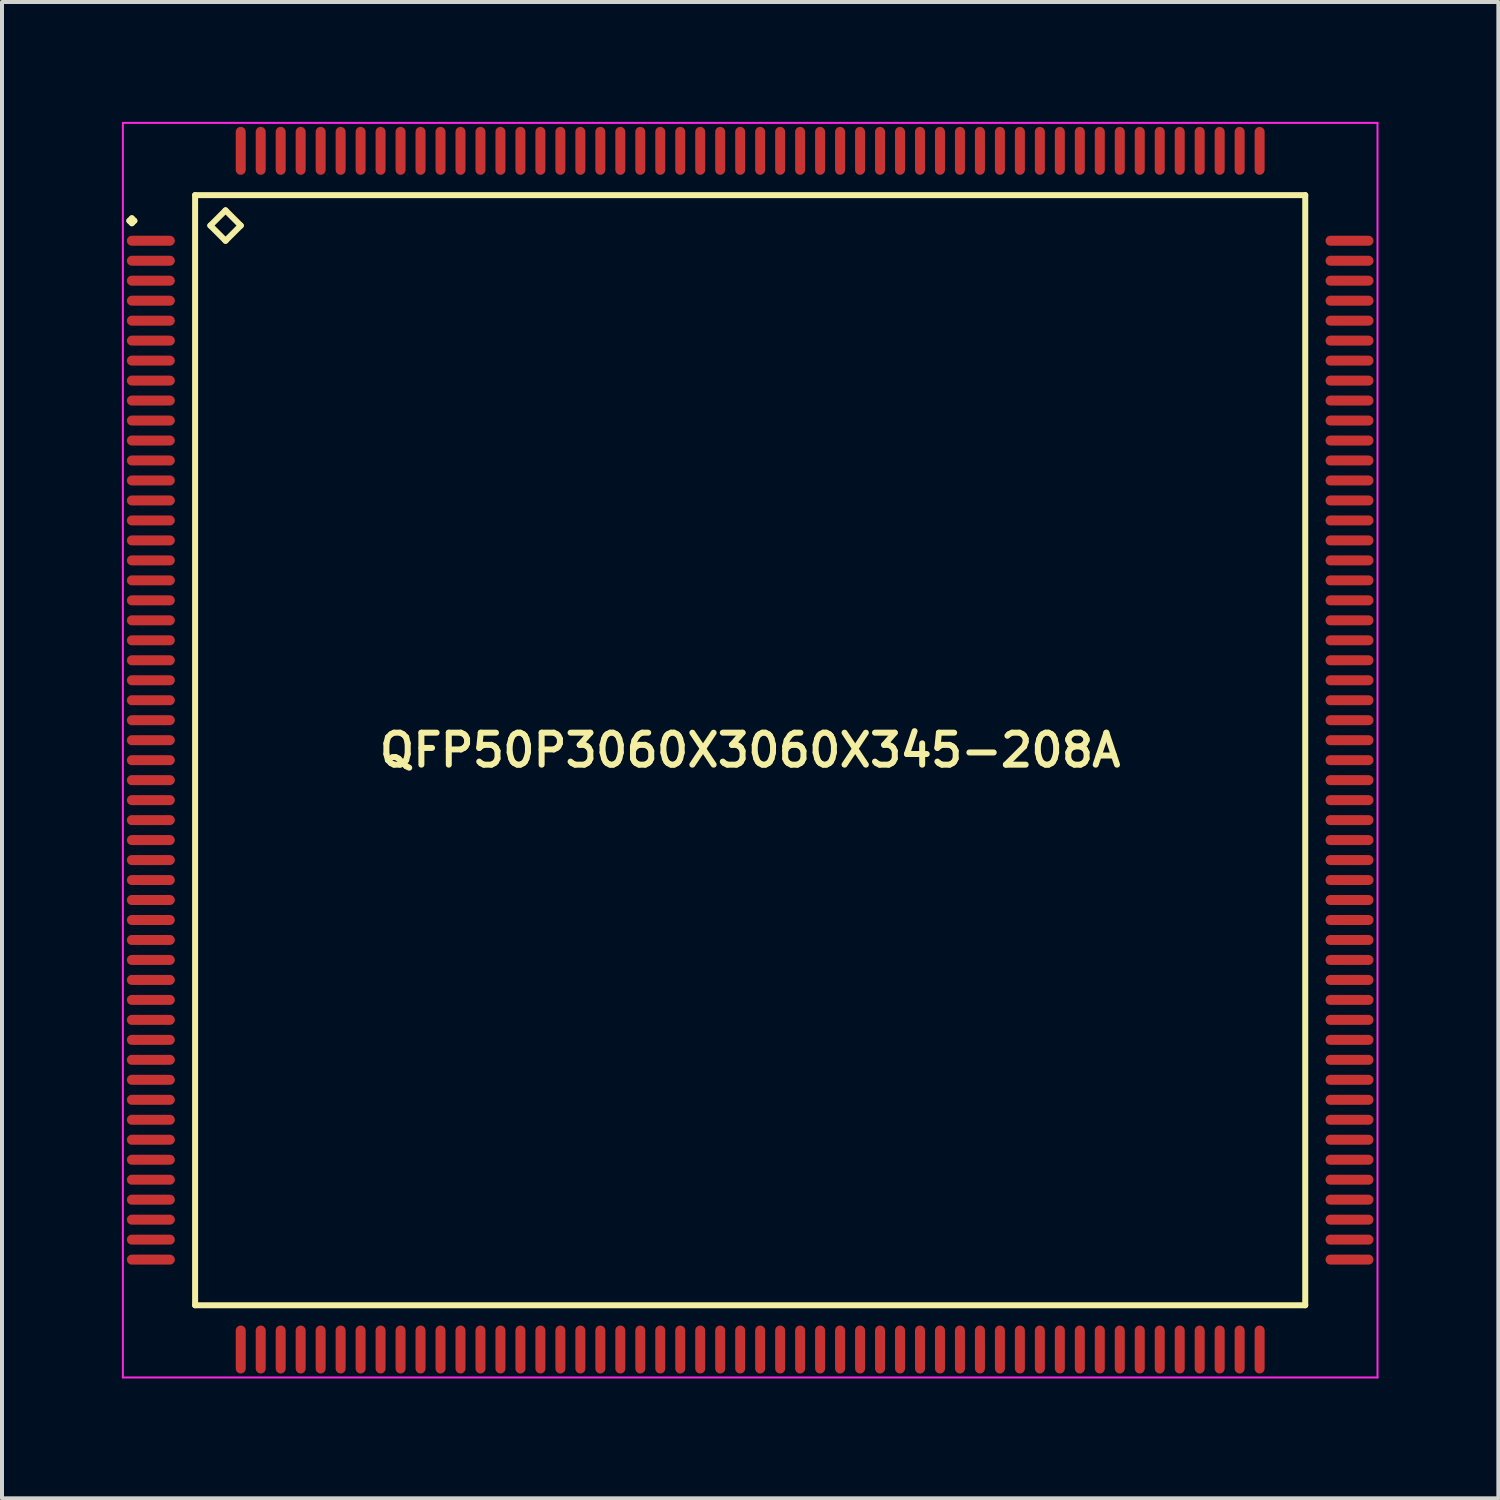
<source format=kicad_pcb>
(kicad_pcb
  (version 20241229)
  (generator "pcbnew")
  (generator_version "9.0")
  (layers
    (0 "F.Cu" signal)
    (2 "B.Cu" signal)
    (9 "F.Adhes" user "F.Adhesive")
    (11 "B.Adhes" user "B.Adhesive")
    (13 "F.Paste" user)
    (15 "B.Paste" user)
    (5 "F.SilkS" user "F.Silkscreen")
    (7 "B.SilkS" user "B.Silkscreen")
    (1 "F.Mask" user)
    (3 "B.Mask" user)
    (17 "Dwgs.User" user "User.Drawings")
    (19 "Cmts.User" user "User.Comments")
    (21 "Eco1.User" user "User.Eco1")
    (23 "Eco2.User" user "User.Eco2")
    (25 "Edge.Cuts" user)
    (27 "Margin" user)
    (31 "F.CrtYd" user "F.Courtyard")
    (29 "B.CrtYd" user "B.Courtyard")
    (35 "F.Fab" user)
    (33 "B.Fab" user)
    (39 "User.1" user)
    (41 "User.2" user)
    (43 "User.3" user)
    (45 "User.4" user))
  (footprint "QFP50P3060X3060X345-208A"
    (layer "F.Cu")
    (at 15.725 15.725)
    (property "Reference" "QFP50P3060X3060X345-208A" (at 0 0 0) (layer "F.SilkS") (effects (font (size 0.8 0.8) (thickness 0.15))))
    (attr smd)
    (fp_line (start -15.537 -13.25) (end -15.475 -13.312) (stroke (width 0.15) (type solid)) (layer "F.SilkS"))
    (fp_line (start -15.475 -13.312) (end -15.412 -13.25) (stroke (width 0.15) (type solid)) (layer "F.SilkS"))
    (fp_line (start -15.475 -13.188) (end -15.537 -13.25) (stroke (width 0.15) (type solid)) (layer "F.SilkS"))
    (fp_line (start -15.412 -13.25) (end -15.475 -13.188) (stroke (width 0.15) (type solid)) (layer "F.SilkS"))
    (fp_line (start -13.892 -13.892) (end -13.892 13.892) (stroke (width 0.15) (type solid)) (layer "F.SilkS"))
    (fp_line (start -13.892 13.892) (end 13.892 13.892) (stroke (width 0.15) (type solid)) (layer "F.SilkS"))
    (fp_line (start -13.511 -13.13) (end -13.13 -13.511) (stroke (width 0.15) (type solid)) (layer "F.SilkS"))
    (fp_line (start -13.13 -13.511) (end -12.749 -13.13) (stroke (width 0.15) (type solid)) (layer "F.SilkS"))
    (fp_line (start -13.13 -12.749) (end -13.511 -13.13) (stroke (width 0.15) (type solid)) (layer "F.SilkS"))
    (fp_line (start -12.749 -13.13) (end -13.13 -12.749) (stroke (width 0.15) (type solid)) (layer "F.SilkS"))
    (fp_line (start 13.892 -13.892) (end -13.892 -13.892) (stroke (width 0.15) (type solid)) (layer "F.SilkS"))
    (fp_line (start 13.892 13.892) (end 13.892 -13.892) (stroke (width 0.15) (type solid)) (layer "F.SilkS"))
    (fp_line (start -15.7 -15.7) (end 15.7 -15.7) (stroke (width 0.05) (type solid)) (layer "F.CrtYd"))
    (fp_line (start -15.7 15.7) (end -15.7 -15.7) (stroke (width 0.05) (type solid)) (layer "F.CrtYd"))
    (fp_line (start 15.7 -15.7) (end 15.7 15.7) (stroke (width 0.05) (type solid)) (layer "F.CrtYd"))
    (fp_line (start 15.7 15.7) (end -15.7 15.7) (stroke (width 0.05) (type solid)) (layer "F.CrtYd"))
    (pad "1" smd oval (at -15 -12.75) (size 1.2 0.25) (layers "F.Cu" "F.Mask" "F.Paste"))
    (pad "2" smd oval (at -15 -12.25) (size 1.2 0.25) (layers "F.Cu" "F.Mask" "F.Paste"))
    (pad "3" smd oval (at -15 -11.75) (size 1.2 0.25) (layers "F.Cu" "F.Mask" "F.Paste"))
    (pad "4" smd oval (at -15 -11.25) (size 1.2 0.25) (layers "F.Cu" "F.Mask" "F.Paste"))
    (pad "5" smd oval (at -15 -10.75) (size 1.2 0.25) (layers "F.Cu" "F.Mask" "F.Paste"))
    (pad "6" smd oval (at -15 -10.25) (size 1.2 0.25) (layers "F.Cu" "F.Mask" "F.Paste"))
    (pad "7" smd oval (at -15 -9.75) (size 1.2 0.25) (layers "F.Cu" "F.Mask" "F.Paste"))
    (pad "8" smd oval (at -15 -9.25) (size 1.2 0.25) (layers "F.Cu" "F.Mask" "F.Paste"))
    (pad "9" smd oval (at -15 -8.75) (size 1.2 0.25) (layers "F.Cu" "F.Mask" "F.Paste"))
    (pad "10" smd oval (at -15 -8.25) (size 1.2 0.25) (layers "F.Cu" "F.Mask" "F.Paste"))
    (pad "11" smd oval (at -15 -7.75) (size 1.2 0.25) (layers "F.Cu" "F.Mask" "F.Paste"))
    (pad "12" smd oval (at -15 -7.25) (size 1.2 0.25) (layers "F.Cu" "F.Mask" "F.Paste"))
    (pad "13" smd oval (at -15 -6.75) (size 1.2 0.25) (layers "F.Cu" "F.Mask" "F.Paste"))
    (pad "14" smd oval (at -15 -6.25) (size 1.2 0.25) (layers "F.Cu" "F.Mask" "F.Paste"))
    (pad "15" smd oval (at -15 -5.75) (size 1.2 0.25) (layers "F.Cu" "F.Mask" "F.Paste"))
    (pad "16" smd oval (at -15 -5.25) (size 1.2 0.25) (layers "F.Cu" "F.Mask" "F.Paste"))
    (pad "17" smd oval (at -15 -4.75) (size 1.2 0.25) (layers "F.Cu" "F.Mask" "F.Paste"))
    (pad "18" smd oval (at -15 -4.25) (size 1.2 0.25) (layers "F.Cu" "F.Mask" "F.Paste"))
    (pad "19" smd oval (at -15 -3.75) (size 1.2 0.25) (layers "F.Cu" "F.Mask" "F.Paste"))
    (pad "20" smd oval (at -15 -3.25) (size 1.2 0.25) (layers "F.Cu" "F.Mask" "F.Paste"))
    (pad "21" smd oval (at -15 -2.75) (size 1.2 0.25) (layers "F.Cu" "F.Mask" "F.Paste"))
    (pad "22" smd oval (at -15 -2.25) (size 1.2 0.25) (layers "F.Cu" "F.Mask" "F.Paste"))
    (pad "23" smd oval (at -15 -1.75) (size 1.2 0.25) (layers "F.Cu" "F.Mask" "F.Paste"))
    (pad "24" smd oval (at -15 -1.25) (size 1.2 0.25) (layers "F.Cu" "F.Mask" "F.Paste"))
    (pad "25" smd oval (at -15 -0.75) (size 1.2 0.25) (layers "F.Cu" "F.Mask" "F.Paste"))
    (pad "26" smd oval (at -15 -0.25) (size 1.2 0.25) (layers "F.Cu" "F.Mask" "F.Paste"))
    (pad "27" smd oval (at -15 0.25) (size 1.2 0.25) (layers "F.Cu" "F.Mask" "F.Paste"))
    (pad "28" smd oval (at -15 0.75) (size 1.2 0.25) (layers "F.Cu" "F.Mask" "F.Paste"))
    (pad "29" smd oval (at -15 1.25) (size 1.2 0.25) (layers "F.Cu" "F.Mask" "F.Paste"))
    (pad "30" smd oval (at -15 1.75) (size 1.2 0.25) (layers "F.Cu" "F.Mask" "F.Paste"))
    (pad "31" smd oval (at -15 2.25) (size 1.2 0.25) (layers "F.Cu" "F.Mask" "F.Paste"))
    (pad "32" smd oval (at -15 2.75) (size 1.2 0.25) (layers "F.Cu" "F.Mask" "F.Paste"))
    (pad "33" smd oval (at -15 3.25) (size 1.2 0.25) (layers "F.Cu" "F.Mask" "F.Paste"))
    (pad "34" smd oval (at -15 3.75) (size 1.2 0.25) (layers "F.Cu" "F.Mask" "F.Paste"))
    (pad "35" smd oval (at -15 4.25) (size 1.2 0.25) (layers "F.Cu" "F.Mask" "F.Paste"))
    (pad "36" smd oval (at -15 4.75) (size 1.2 0.25) (layers "F.Cu" "F.Mask" "F.Paste"))
    (pad "37" smd oval (at -15 5.25) (size 1.2 0.25) (layers "F.Cu" "F.Mask" "F.Paste"))
    (pad "38" smd oval (at -15 5.75) (size 1.2 0.25) (layers "F.Cu" "F.Mask" "F.Paste"))
    (pad "39" smd oval (at -15 6.25) (size 1.2 0.25) (layers "F.Cu" "F.Mask" "F.Paste"))
    (pad "40" smd oval (at -15 6.75) (size 1.2 0.25) (layers "F.Cu" "F.Mask" "F.Paste"))
    (pad "41" smd oval (at -15 7.25) (size 1.2 0.25) (layers "F.Cu" "F.Mask" "F.Paste"))
    (pad "42" smd oval (at -15 7.75) (size 1.2 0.25) (layers "F.Cu" "F.Mask" "F.Paste"))
    (pad "43" smd oval (at -15 8.25) (size 1.2 0.25) (layers "F.Cu" "F.Mask" "F.Paste"))
    (pad "44" smd oval (at -15 8.75) (size 1.2 0.25) (layers "F.Cu" "F.Mask" "F.Paste"))
    (pad "45" smd oval (at -15 9.25) (size 1.2 0.25) (layers "F.Cu" "F.Mask" "F.Paste"))
    (pad "46" smd oval (at -15 9.75) (size 1.2 0.25) (layers "F.Cu" "F.Mask" "F.Paste"))
    (pad "47" smd oval (at -15 10.25) (size 1.2 0.25) (layers "F.Cu" "F.Mask" "F.Paste"))
    (pad "48" smd oval (at -15 10.75) (size 1.2 0.25) (layers "F.Cu" "F.Mask" "F.Paste"))
    (pad "49" smd oval (at -15 11.25) (size 1.2 0.25) (layers "F.Cu" "F.Mask" "F.Paste"))
    (pad "50" smd oval (at -15 11.75) (size 1.2 0.25) (layers "F.Cu" "F.Mask" "F.Paste"))
    (pad "51" smd oval (at -15 12.25) (size 1.2 0.25) (layers "F.Cu" "F.Mask" "F.Paste"))
    (pad "52" smd oval (at -15 12.75) (size 1.2 0.25) (layers "F.Cu" "F.Mask" "F.Paste"))
    (pad "53" smd oval (at -12.75 15) (size 0.25 1.2) (layers "F.Cu" "F.Mask" "F.Paste"))
    (pad "54" smd oval (at -12.25 15) (size 0.25 1.2) (layers "F.Cu" "F.Mask" "F.Paste"))
    (pad "55" smd oval (at -11.75 15) (size 0.25 1.2) (layers "F.Cu" "F.Mask" "F.Paste"))
    (pad "56" smd oval (at -11.25 15) (size 0.25 1.2) (layers "F.Cu" "F.Mask" "F.Paste"))
    (pad "57" smd oval (at -10.75 15) (size 0.25 1.2) (layers "F.Cu" "F.Mask" "F.Paste"))
    (pad "58" smd oval (at -10.25 15) (size 0.25 1.2) (layers "F.Cu" "F.Mask" "F.Paste"))
    (pad "59" smd oval (at -9.75 15) (size 0.25 1.2) (layers "F.Cu" "F.Mask" "F.Paste"))
    (pad "60" smd oval (at -9.25 15) (size 0.25 1.2) (layers "F.Cu" "F.Mask" "F.Paste"))
    (pad "61" smd oval (at -8.75 15) (size 0.25 1.2) (layers "F.Cu" "F.Mask" "F.Paste"))
    (pad "62" smd oval (at -8.25 15) (size 0.25 1.2) (layers "F.Cu" "F.Mask" "F.Paste"))
    (pad "63" smd oval (at -7.75 15) (size 0.25 1.2) (layers "F.Cu" "F.Mask" "F.Paste"))
    (pad "64" smd oval (at -7.25 15) (size 0.25 1.2) (layers "F.Cu" "F.Mask" "F.Paste"))
    (pad "65" smd oval (at -6.75 15) (size 0.25 1.2) (layers "F.Cu" "F.Mask" "F.Paste"))
    (pad "66" smd oval (at -6.25 15) (size 0.25 1.2) (layers "F.Cu" "F.Mask" "F.Paste"))
    (pad "67" smd oval (at -5.75 15) (size 0.25 1.2) (layers "F.Cu" "F.Mask" "F.Paste"))
    (pad "68" smd oval (at -5.25 15) (size 0.25 1.2) (layers "F.Cu" "F.Mask" "F.Paste"))
    (pad "69" smd oval (at -4.75 15) (size 0.25 1.2) (layers "F.Cu" "F.Mask" "F.Paste"))
    (pad "70" smd oval (at -4.25 15) (size 0.25 1.2) (layers "F.Cu" "F.Mask" "F.Paste"))
    (pad "71" smd oval (at -3.75 15) (size 0.25 1.2) (layers "F.Cu" "F.Mask" "F.Paste"))
    (pad "72" smd oval (at -3.25 15) (size 0.25 1.2) (layers "F.Cu" "F.Mask" "F.Paste"))
    (pad "73" smd oval (at -2.75 15) (size 0.25 1.2) (layers "F.Cu" "F.Mask" "F.Paste"))
    (pad "74" smd oval (at -2.25 15) (size 0.25 1.2) (layers "F.Cu" "F.Mask" "F.Paste"))
    (pad "75" smd oval (at -1.75 15) (size 0.25 1.2) (layers "F.Cu" "F.Mask" "F.Paste"))
    (pad "76" smd oval (at -1.25 15) (size 0.25 1.2) (layers "F.Cu" "F.Mask" "F.Paste"))
    (pad "77" smd oval (at -0.75 15) (size 0.25 1.2) (layers "F.Cu" "F.Mask" "F.Paste"))
    (pad "78" smd oval (at -0.25 15) (size 0.25 1.2) (layers "F.Cu" "F.Mask" "F.Paste"))
    (pad "79" smd oval (at 0.25 15) (size 0.25 1.2) (layers "F.Cu" "F.Mask" "F.Paste"))
    (pad "80" smd oval (at 0.75 15) (size 0.25 1.2) (layers "F.Cu" "F.Mask" "F.Paste"))
    (pad "81" smd oval (at 1.25 15) (size 0.25 1.2) (layers "F.Cu" "F.Mask" "F.Paste"))
    (pad "82" smd oval (at 1.75 15) (size 0.25 1.2) (layers "F.Cu" "F.Mask" "F.Paste"))
    (pad "83" smd oval (at 2.25 15) (size 0.25 1.2) (layers "F.Cu" "F.Mask" "F.Paste"))
    (pad "84" smd oval (at 2.75 15) (size 0.25 1.2) (layers "F.Cu" "F.Mask" "F.Paste"))
    (pad "85" smd oval (at 3.25 15) (size 0.25 1.2) (layers "F.Cu" "F.Mask" "F.Paste"))
    (pad "86" smd oval (at 3.75 15) (size 0.25 1.2) (layers "F.Cu" "F.Mask" "F.Paste"))
    (pad "87" smd oval (at 4.25 15) (size 0.25 1.2) (layers "F.Cu" "F.Mask" "F.Paste"))
    (pad "88" smd oval (at 4.75 15) (size 0.25 1.2) (layers "F.Cu" "F.Mask" "F.Paste"))
    (pad "89" smd oval (at 5.25 15) (size 0.25 1.2) (layers "F.Cu" "F.Mask" "F.Paste"))
    (pad "90" smd oval (at 5.75 15) (size 0.25 1.2) (layers "F.Cu" "F.Mask" "F.Paste"))
    (pad "91" smd oval (at 6.25 15) (size 0.25 1.2) (layers "F.Cu" "F.Mask" "F.Paste"))
    (pad "92" smd oval (at 6.75 15) (size 0.25 1.2) (layers "F.Cu" "F.Mask" "F.Paste"))
    (pad "93" smd oval (at 7.25 15) (size 0.25 1.2) (layers "F.Cu" "F.Mask" "F.Paste"))
    (pad "94" smd oval (at 7.75 15) (size 0.25 1.2) (layers "F.Cu" "F.Mask" "F.Paste"))
    (pad "95" smd oval (at 8.25 15) (size 0.25 1.2) (layers "F.Cu" "F.Mask" "F.Paste"))
    (pad "96" smd oval (at 8.75 15) (size 0.25 1.2) (layers "F.Cu" "F.Mask" "F.Paste"))
    (pad "97" smd oval (at 9.25 15) (size 0.25 1.2) (layers "F.Cu" "F.Mask" "F.Paste"))
    (pad "98" smd oval (at 9.75 15) (size 0.25 1.2) (layers "F.Cu" "F.Mask" "F.Paste"))
    (pad "99" smd oval (at 10.25 15) (size 0.25 1.2) (layers "F.Cu" "F.Mask" "F.Paste"))
    (pad "100" smd oval (at 10.75 15) (size 0.25 1.2) (layers "F.Cu" "F.Mask" "F.Paste"))
    (pad "101" smd oval (at 11.25 15) (size 0.25 1.2) (layers "F.Cu" "F.Mask" "F.Paste"))
    (pad "102" smd oval (at 11.75 15) (size 0.25 1.2) (layers "F.Cu" "F.Mask" "F.Paste"))
    (pad "103" smd oval (at 12.25 15) (size 0.25 1.2) (layers "F.Cu" "F.Mask" "F.Paste"))
    (pad "104" smd oval (at 12.75 15) (size 0.25 1.2) (layers "F.Cu" "F.Mask" "F.Paste"))
    (pad "105" smd oval (at 15 12.75) (size 1.2 0.25) (layers "F.Cu" "F.Mask" "F.Paste"))
    (pad "106" smd oval (at 15 12.25) (size 1.2 0.25) (layers "F.Cu" "F.Mask" "F.Paste"))
    (pad "107" smd oval (at 15 11.75) (size 1.2 0.25) (layers "F.Cu" "F.Mask" "F.Paste"))
    (pad "108" smd oval (at 15 11.25) (size 1.2 0.25) (layers "F.Cu" "F.Mask" "F.Paste"))
    (pad "109" smd oval (at 15 10.75) (size 1.2 0.25) (layers "F.Cu" "F.Mask" "F.Paste"))
    (pad "110" smd oval (at 15 10.25) (size 1.2 0.25) (layers "F.Cu" "F.Mask" "F.Paste"))
    (pad "111" smd oval (at 15 9.75) (size 1.2 0.25) (layers "F.Cu" "F.Mask" "F.Paste"))
    (pad "112" smd oval (at 15 9.25) (size 1.2 0.25) (layers "F.Cu" "F.Mask" "F.Paste"))
    (pad "113" smd oval (at 15 8.75) (size 1.2 0.25) (layers "F.Cu" "F.Mask" "F.Paste"))
    (pad "114" smd oval (at 15 8.25) (size 1.2 0.25) (layers "F.Cu" "F.Mask" "F.Paste"))
    (pad "115" smd oval (at 15 7.75) (size 1.2 0.25) (layers "F.Cu" "F.Mask" "F.Paste"))
    (pad "116" smd oval (at 15 7.25) (size 1.2 0.25) (layers "F.Cu" "F.Mask" "F.Paste"))
    (pad "117" smd oval (at 15 6.75) (size 1.2 0.25) (layers "F.Cu" "F.Mask" "F.Paste"))
    (pad "118" smd oval (at 15 6.25) (size 1.2 0.25) (layers "F.Cu" "F.Mask" "F.Paste"))
    (pad "119" smd oval (at 15 5.75) (size 1.2 0.25) (layers "F.Cu" "F.Mask" "F.Paste"))
    (pad "120" smd oval (at 15 5.25) (size 1.2 0.25) (layers "F.Cu" "F.Mask" "F.Paste"))
    (pad "121" smd oval (at 15 4.75) (size 1.2 0.25) (layers "F.Cu" "F.Mask" "F.Paste"))
    (pad "122" smd oval (at 15 4.25) (size 1.2 0.25) (layers "F.Cu" "F.Mask" "F.Paste"))
    (pad "123" smd oval (at 15 3.75) (size 1.2 0.25) (layers "F.Cu" "F.Mask" "F.Paste"))
    (pad "124" smd oval (at 15 3.25) (size 1.2 0.25) (layers "F.Cu" "F.Mask" "F.Paste"))
    (pad "125" smd oval (at 15 2.75) (size 1.2 0.25) (layers "F.Cu" "F.Mask" "F.Paste"))
    (pad "126" smd oval (at 15 2.25) (size 1.2 0.25) (layers "F.Cu" "F.Mask" "F.Paste"))
    (pad "127" smd oval (at 15 1.75) (size 1.2 0.25) (layers "F.Cu" "F.Mask" "F.Paste"))
    (pad "128" smd oval (at 15 1.25) (size 1.2 0.25) (layers "F.Cu" "F.Mask" "F.Paste"))
    (pad "129" smd oval (at 15 0.75) (size 1.2 0.25) (layers "F.Cu" "F.Mask" "F.Paste"))
    (pad "130" smd oval (at 15 0.25) (size 1.2 0.25) (layers "F.Cu" "F.Mask" "F.Paste"))
    (pad "131" smd oval (at 15 -0.25) (size 1.2 0.25) (layers "F.Cu" "F.Mask" "F.Paste"))
    (pad "132" smd oval (at 15 -0.75) (size 1.2 0.25) (layers "F.Cu" "F.Mask" "F.Paste"))
    (pad "133" smd oval (at 15 -1.25) (size 1.2 0.25) (layers "F.Cu" "F.Mask" "F.Paste"))
    (pad "134" smd oval (at 15 -1.75) (size 1.2 0.25) (layers "F.Cu" "F.Mask" "F.Paste"))
    (pad "135" smd oval (at 15 -2.25) (size 1.2 0.25) (layers "F.Cu" "F.Mask" "F.Paste"))
    (pad "136" smd oval (at 15 -2.75) (size 1.2 0.25) (layers "F.Cu" "F.Mask" "F.Paste"))
    (pad "137" smd oval (at 15 -3.25) (size 1.2 0.25) (layers "F.Cu" "F.Mask" "F.Paste"))
    (pad "138" smd oval (at 15 -3.75) (size 1.2 0.25) (layers "F.Cu" "F.Mask" "F.Paste"))
    (pad "139" smd oval (at 15 -4.25) (size 1.2 0.25) (layers "F.Cu" "F.Mask" "F.Paste"))
    (pad "140" smd oval (at 15 -4.75) (size 1.2 0.25) (layers "F.Cu" "F.Mask" "F.Paste"))
    (pad "141" smd oval (at 15 -5.25) (size 1.2 0.25) (layers "F.Cu" "F.Mask" "F.Paste"))
    (pad "142" smd oval (at 15 -5.75) (size 1.2 0.25) (layers "F.Cu" "F.Mask" "F.Paste"))
    (pad "143" smd oval (at 15 -6.25) (size 1.2 0.25) (layers "F.Cu" "F.Mask" "F.Paste"))
    (pad "144" smd oval (at 15 -6.75) (size 1.2 0.25) (layers "F.Cu" "F.Mask" "F.Paste"))
    (pad "145" smd oval (at 15 -7.25) (size 1.2 0.25) (layers "F.Cu" "F.Mask" "F.Paste"))
    (pad "146" smd oval (at 15 -7.75) (size 1.2 0.25) (layers "F.Cu" "F.Mask" "F.Paste"))
    (pad "147" smd oval (at 15 -8.25) (size 1.2 0.25) (layers "F.Cu" "F.Mask" "F.Paste"))
    (pad "148" smd oval (at 15 -8.75) (size 1.2 0.25) (layers "F.Cu" "F.Mask" "F.Paste"))
    (pad "149" smd oval (at 15 -9.25) (size 1.2 0.25) (layers "F.Cu" "F.Mask" "F.Paste"))
    (pad "150" smd oval (at 15 -9.75) (size 1.2 0.25) (layers "F.Cu" "F.Mask" "F.Paste"))
    (pad "151" smd oval (at 15 -10.25) (size 1.2 0.25) (layers "F.Cu" "F.Mask" "F.Paste"))
    (pad "152" smd oval (at 15 -10.75) (size 1.2 0.25) (layers "F.Cu" "F.Mask" "F.Paste"))
    (pad "153" smd oval (at 15 -11.25) (size 1.2 0.25) (layers "F.Cu" "F.Mask" "F.Paste"))
    (pad "154" smd oval (at 15 -11.75) (size 1.2 0.25) (layers "F.Cu" "F.Mask" "F.Paste"))
    (pad "155" smd oval (at 15 -12.25) (size 1.2 0.25) (layers "F.Cu" "F.Mask" "F.Paste"))
    (pad "156" smd oval (at 15 -12.75) (size 1.2 0.25) (layers "F.Cu" "F.Mask" "F.Paste"))
    (pad "157" smd oval (at 12.75 -15) (size 0.25 1.2) (layers "F.Cu" "F.Mask" "F.Paste"))
    (pad "158" smd oval (at 12.25 -15) (size 0.25 1.2) (layers "F.Cu" "F.Mask" "F.Paste"))
    (pad "159" smd oval (at 11.75 -15) (size 0.25 1.2) (layers "F.Cu" "F.Mask" "F.Paste"))
    (pad "160" smd oval (at 11.25 -15) (size 0.25 1.2) (layers "F.Cu" "F.Mask" "F.Paste"))
    (pad "161" smd oval (at 10.75 -15) (size 0.25 1.2) (layers "F.Cu" "F.Mask" "F.Paste"))
    (pad "162" smd oval (at 10.25 -15) (size 0.25 1.2) (layers "F.Cu" "F.Mask" "F.Paste"))
    (pad "163" smd oval (at 9.75 -15) (size 0.25 1.2) (layers "F.Cu" "F.Mask" "F.Paste"))
    (pad "164" smd oval (at 9.25 -15) (size 0.25 1.2) (layers "F.Cu" "F.Mask" "F.Paste"))
    (pad "165" smd oval (at 8.75 -15) (size 0.25 1.2) (layers "F.Cu" "F.Mask" "F.Paste"))
    (pad "166" smd oval (at 8.25 -15) (size 0.25 1.2) (layers "F.Cu" "F.Mask" "F.Paste"))
    (pad "167" smd oval (at 7.75 -15) (size 0.25 1.2) (layers "F.Cu" "F.Mask" "F.Paste"))
    (pad "168" smd oval (at 7.25 -15) (size 0.25 1.2) (layers "F.Cu" "F.Mask" "F.Paste"))
    (pad "169" smd oval (at 6.75 -15) (size 0.25 1.2) (layers "F.Cu" "F.Mask" "F.Paste"))
    (pad "170" smd oval (at 6.25 -15) (size 0.25 1.2) (layers "F.Cu" "F.Mask" "F.Paste"))
    (pad "171" smd oval (at 5.75 -15) (size 0.25 1.2) (layers "F.Cu" "F.Mask" "F.Paste"))
    (pad "172" smd oval (at 5.25 -15) (size 0.25 1.2) (layers "F.Cu" "F.Mask" "F.Paste"))
    (pad "173" smd oval (at 4.75 -15) (size 0.25 1.2) (layers "F.Cu" "F.Mask" "F.Paste"))
    (pad "174" smd oval (at 4.25 -15) (size 0.25 1.2) (layers "F.Cu" "F.Mask" "F.Paste"))
    (pad "175" smd oval (at 3.75 -15) (size 0.25 1.2) (layers "F.Cu" "F.Mask" "F.Paste"))
    (pad "176" smd oval (at 3.25 -15) (size 0.25 1.2) (layers "F.Cu" "F.Mask" "F.Paste"))
    (pad "177" smd oval (at 2.75 -15) (size 0.25 1.2) (layers "F.Cu" "F.Mask" "F.Paste"))
    (pad "178" smd oval (at 2.25 -15) (size 0.25 1.2) (layers "F.Cu" "F.Mask" "F.Paste"))
    (pad "179" smd oval (at 1.75 -15) (size 0.25 1.2) (layers "F.Cu" "F.Mask" "F.Paste"))
    (pad "180" smd oval (at 1.25 -15) (size 0.25 1.2) (layers "F.Cu" "F.Mask" "F.Paste"))
    (pad "181" smd oval (at 0.75 -15) (size 0.25 1.2) (layers "F.Cu" "F.Mask" "F.Paste"))
    (pad "182" smd oval (at 0.25 -15) (size 0.25 1.2) (layers "F.Cu" "F.Mask" "F.Paste"))
    (pad "183" smd oval (at -0.25 -15) (size 0.25 1.2) (layers "F.Cu" "F.Mask" "F.Paste"))
    (pad "184" smd oval (at -0.75 -15) (size 0.25 1.2) (layers "F.Cu" "F.Mask" "F.Paste"))
    (pad "185" smd oval (at -1.25 -15) (size 0.25 1.2) (layers "F.Cu" "F.Mask" "F.Paste"))
    (pad "186" smd oval (at -1.75 -15) (size 0.25 1.2) (layers "F.Cu" "F.Mask" "F.Paste"))
    (pad "187" smd oval (at -2.25 -15) (size 0.25 1.2) (layers "F.Cu" "F.Mask" "F.Paste"))
    (pad "188" smd oval (at -2.75 -15) (size 0.25 1.2) (layers "F.Cu" "F.Mask" "F.Paste"))
    (pad "189" smd oval (at -3.25 -15) (size 0.25 1.2) (layers "F.Cu" "F.Mask" "F.Paste"))
    (pad "190" smd oval (at -3.75 -15) (size 0.25 1.2) (layers "F.Cu" "F.Mask" "F.Paste"))
    (pad "191" smd oval (at -4.25 -15) (size 0.25 1.2) (layers "F.Cu" "F.Mask" "F.Paste"))
    (pad "192" smd oval (at -4.75 -15) (size 0.25 1.2) (layers "F.Cu" "F.Mask" "F.Paste"))
    (pad "193" smd oval (at -5.25 -15) (size 0.25 1.2) (layers "F.Cu" "F.Mask" "F.Paste"))
    (pad "194" smd oval (at -5.75 -15) (size 0.25 1.2) (layers "F.Cu" "F.Mask" "F.Paste"))
    (pad "195" smd oval (at -6.25 -15) (size 0.25 1.2) (layers "F.Cu" "F.Mask" "F.Paste"))
    (pad "196" smd oval (at -6.75 -15) (size 0.25 1.2) (layers "F.Cu" "F.Mask" "F.Paste"))
    (pad "197" smd oval (at -7.25 -15) (size 0.25 1.2) (layers "F.Cu" "F.Mask" "F.Paste"))
    (pad "198" smd oval (at -7.75 -15) (size 0.25 1.2) (layers "F.Cu" "F.Mask" "F.Paste"))
    (pad "199" smd oval (at -8.25 -15) (size 0.25 1.2) (layers "F.Cu" "F.Mask" "F.Paste"))
    (pad "200" smd oval (at -8.75 -15) (size 0.25 1.2) (layers "F.Cu" "F.Mask" "F.Paste"))
    (pad "201" smd oval (at -9.25 -15) (size 0.25 1.2) (layers "F.Cu" "F.Mask" "F.Paste"))
    (pad "202" smd oval (at -9.75 -15) (size 0.25 1.2) (layers "F.Cu" "F.Mask" "F.Paste"))
    (pad "203" smd oval (at -10.25 -15) (size 0.25 1.2) (layers "F.Cu" "F.Mask" "F.Paste"))
    (pad "204" smd oval (at -10.75 -15) (size 0.25 1.2) (layers "F.Cu" "F.Mask" "F.Paste"))
    (pad "205" smd oval (at -11.25 -15) (size 0.25 1.2) (layers "F.Cu" "F.Mask" "F.Paste"))
    (pad "206" smd oval (at -11.75 -15) (size 0.25 1.2) (layers "F.Cu" "F.Mask" "F.Paste"))
    (pad "207" smd oval (at -12.25 -15) (size 0.25 1.2) (layers "F.Cu" "F.Mask" "F.Paste"))
    (pad "208" smd oval (at -12.75 -15) (size 0.25 1.2) (layers "F.Cu" "F.Mask" "F.Paste")))
  (gr_rect
    (start -3 -3)
    (end 34.45 34.45)
    (stroke (width 0.1) (type default))
    (fill no)
    (layer "Edge.Cuts")))
</source>
